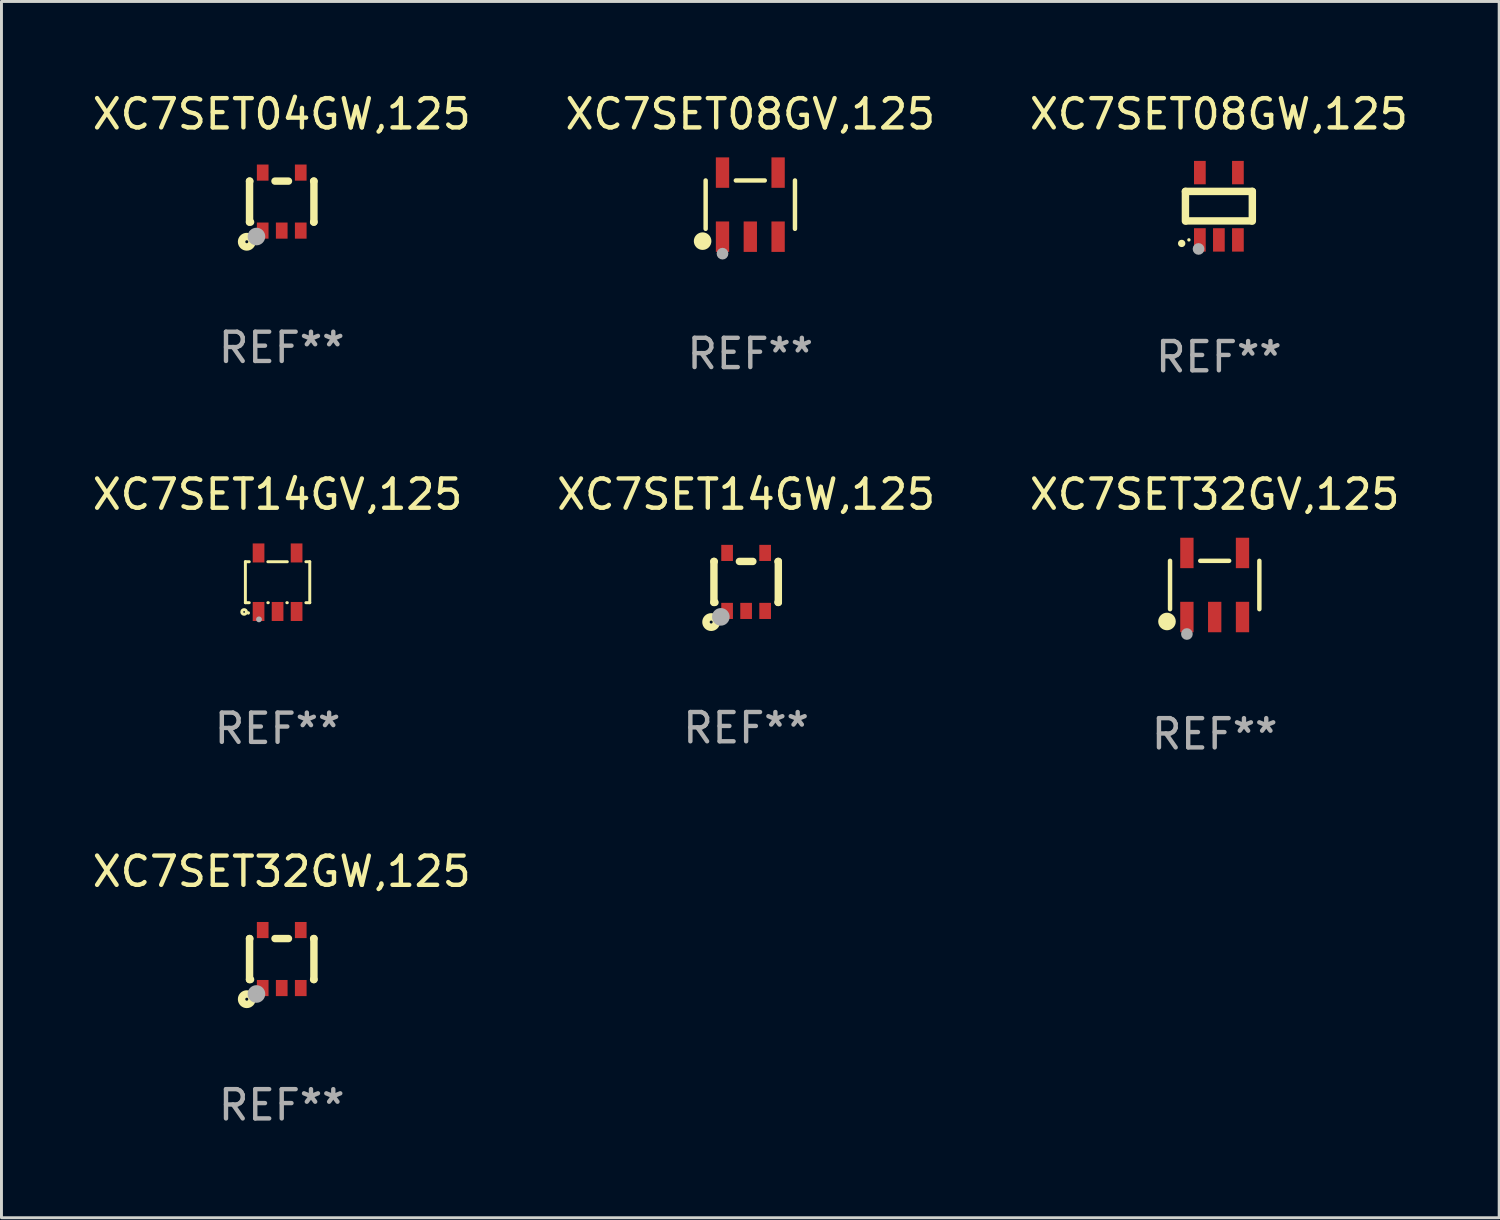
<source format=kicad_pcb>
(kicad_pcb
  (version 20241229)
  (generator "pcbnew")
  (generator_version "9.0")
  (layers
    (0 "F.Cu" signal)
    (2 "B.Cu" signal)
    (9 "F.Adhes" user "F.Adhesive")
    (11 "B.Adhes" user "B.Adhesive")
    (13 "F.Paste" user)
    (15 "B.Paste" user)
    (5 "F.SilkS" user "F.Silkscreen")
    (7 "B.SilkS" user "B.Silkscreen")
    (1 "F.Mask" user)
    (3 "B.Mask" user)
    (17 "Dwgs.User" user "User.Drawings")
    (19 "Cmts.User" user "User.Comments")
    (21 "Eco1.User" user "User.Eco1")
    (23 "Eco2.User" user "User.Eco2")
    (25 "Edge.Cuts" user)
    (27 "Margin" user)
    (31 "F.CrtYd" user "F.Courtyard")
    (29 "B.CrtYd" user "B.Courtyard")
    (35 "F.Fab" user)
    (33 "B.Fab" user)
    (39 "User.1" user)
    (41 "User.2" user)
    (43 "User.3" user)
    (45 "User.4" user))
  (footprint "XC7SET14GV,125"
    (layer "F.Cu")
    (at 6.435 16.845)
    (property "Reference" "XC7SET14GV,125" (at 0 -3 0) (layer "F.SilkS") (effects (font (size 1 1) (thickness 0.15))))
    (attr through_hole)
    (fp_line (start -1.1 -0.7) (end -1.1 0.7) (stroke (width 0.101) (type solid)) (layer "F.SilkS"))
    (fp_line (start -1.1 -0.7) (end -0.967 -0.7) (stroke (width 0.101) (type solid)) (layer "F.SilkS"))
    (fp_line (start -1.1 0.7) (end -0.967 0.7) (stroke (width 0.101) (type solid)) (layer "F.SilkS"))
    (fp_line (start -0.333 0.7) (end -0.317 0.7) (stroke (width 0.101) (type solid)) (layer "F.SilkS"))
    (fp_line (start -0.333 -0.7) (end 0.333 -0.7) (stroke (width 0.101) (type solid)) (layer "F.SilkS"))
    (fp_line (start 0.317 0.7) (end 0.333 0.7) (stroke (width 0.101) (type solid)) (layer "F.SilkS"))
    (fp_line (start 0.967 0.7) (end 1.1 0.7) (stroke (width 0.101) (type solid)) (layer "F.SilkS"))
    (fp_line (start 0.967 -0.7) (end 1.1 -0.7) (stroke (width 0.101) (type solid)) (layer "F.SilkS"))
    (fp_line (start 1.1 -0.7) (end 1.1 0.7) (stroke (width 0.101) (type solid)) (layer "F.SilkS"))
    (fp_circle (center -1.143 1.016) (end -1.063 1.016) (stroke (width 0.1) (type solid)) (fill no) (layer "F.SilkS"))
    (fp_circle (center -1 1.05) (end -0.97 1.05) (stroke (width 0.06) (type solid)) (fill no) (layer "F.SilkS"))
    (fp_circle (center -0.635 1.27) (end -0.585 1.27) (stroke (width 0.1) (type solid)) (fill no) (layer "F.Fab"))
    (fp_text user "REF**" (at 0 5 0) (layer "F.Fab") (effects (font (size 1 1) (thickness 0.15))))
    (pad "1" smd rect (at -0.65 1) (size 0.4 0.65) (layers "F.Cu" "F.Mask" "F.Paste"))
    (pad "2" smd rect (at 0 1) (size 0.4 0.65) (layers "F.Cu" "F.Mask" "F.Paste"))
    (pad "3" smd rect (at 0.65 1) (size 0.4 0.65) (layers "F.Cu" "F.Mask" "F.Paste"))
    (pad "4" smd rect (at 0.65 -1) (size 0.4 0.65) (layers "F.Cu" "F.Mask" "F.Paste"))
    (pad "5" smd rect (at -0.65 -1) (size 0.4 0.65) (layers "F.Cu" "F.Mask" "F.Paste")))
  (footprint "XC7SET08GW,125"
    (layer "F.Cu")
    (at 38.601 3.998)
    (property "Reference" "XC7SET08GW,125" (at 0 -3.15 0) (layer "F.SilkS") (effects (font (size 1 1) (thickness 0.15))))
    (attr through_hole)
    (fp_line (start -1.143 -0.508) (end -1.143 0.508) (stroke (width 0.254) (type solid)) (layer "F.SilkS"))
    (fp_line (start -1.1 0.5) (end 1.1 0.5) (stroke (width 0.254) (type solid)) (layer "F.SilkS"))
    (fp_line (start 1.143 -0.508) (end -1.143 -0.508) (stroke (width 0.254) (type solid)) (layer "F.SilkS"))
    (fp_line (start 1.143 0.508) (end 1.143 -0.508) (stroke (width 0.254) (type solid)) (layer "F.SilkS"))
    (fp_arc (start -1.272543 1.26999) (mid -1.271273 1.269983) (end -1.270003 1.26999) (stroke (width 0.24892) (type solid)) (layer "F.SilkS"))
    (fp_circle (center -1.024 1.149) (end -0.994 1.149) (stroke (width 0.06) (type solid)) (fill no) (layer "F.SilkS"))
    (fp_circle (center -0.695 1.459) (end -0.595 1.459) (stroke (width 0.2) (type solid)) (fill no) (layer "F.Fab"))
    (fp_text user "REF**" (at 0 5.15 0) (layer "F.Fab") (effects (font (size 1 1) (thickness 0.15))))
    (pad "1" smd rect (at -0.65 1.15) (size 0.4 0.8) (layers "F.Cu" "F.Mask" "F.Paste"))
    (pad "2" smd rect (at 0 1.15) (size 0.4 0.8) (layers "F.Cu" "F.Mask" "F.Paste"))
    (pad "3" smd rect (at 0.65 1.15) (size 0.4 0.8) (layers "F.Cu" "F.Mask" "F.Paste"))
    (pad "4" smd rect (at 0.65 -1.15) (size 0.4 0.8) (layers "F.Cu" "F.Mask" "F.Paste"))
    (pad "5" smd rect (at -0.65 -1.15) (size 0.4 0.8) (layers "F.Cu" "F.Mask" "F.Paste")))
  (footprint "XC7SET32GV,125"
    (layer "F.Cu")
    (at 38.458 16.94)
    (property "Reference" "XC7SET32GV,125" (at 0 -3.095 0) (layer "F.SilkS") (effects (font (size 1 1) (thickness 0.15))))
    (attr through_hole)
    (fp_line (start -1.526 0.826) (end -1.526 -0.826) (stroke (width 0.152) (type solid)) (layer "F.SilkS"))
    (fp_line (start 0.494 -0.826) (end -0.494 -0.826) (stroke (width 0.152) (type solid)) (layer "F.SilkS"))
    (fp_line (start 1.526 0.826) (end 1.526 -0.826) (stroke (width 0.152) (type solid)) (layer "F.SilkS"))
    (fp_circle (center -1.63 1.247) (end -1.48 1.247) (stroke (width 0.3) (type solid)) (fill no) (layer "F.SilkS"))
    (fp_circle (center -1.45 1.375) (end -1.42 1.375) (stroke (width 0.06) (type solid)) (fill no) (layer "F.SilkS"))
    (fp_circle (center -0.95 1.675) (end -0.85 1.675) (stroke (width 0.2) (type solid)) (fill no) (layer "F.Fab"))
    (fp_text user "REF**" (at 0 5.095 0) (layer "F.Fab") (effects (font (size 1 1) (thickness 0.15))))
    (pad "1" smd rect (at -0.95 1.095) (size 0.455 1.04) (layers "F.Cu" "F.Mask" "F.Paste"))
    (pad "2" smd rect (at 0 1.095) (size 0.455 1.04) (layers "F.Cu" "F.Mask" "F.Paste"))
    (pad "3" smd rect (at 0.95 1.095) (size 0.455 1.04) (layers "F.Cu" "F.Mask" "F.Paste"))
    (pad "4" smd rect (at 0.95 -1.095) (size 0.455 1.04) (layers "F.Cu" "F.Mask" "F.Paste"))
    (pad "5" smd rect (at -0.95 -1.095) (size 0.455 1.04) (layers "F.Cu" "F.Mask" "F.Paste")))
  (footprint "XC7SET08GV,125"
    (layer "F.Cu")
    (at 22.589 3.943)
    (property "Reference" "XC7SET08GV,125" (at 0 -3.095 0) (layer "F.SilkS") (effects (font (size 1 1) (thickness 0.15))))
    (attr through_hole)
    (fp_line (start -1.526 0.826) (end -1.526 -0.826) (stroke (width 0.152) (type solid)) (layer "F.SilkS"))
    (fp_line (start 0.494 -0.826) (end -0.494 -0.826) (stroke (width 0.152) (type solid)) (layer "F.SilkS"))
    (fp_line (start 1.526 0.826) (end 1.526 -0.826) (stroke (width 0.152) (type solid)) (layer "F.SilkS"))
    (fp_circle (center -1.63 1.247) (end -1.48 1.247) (stroke (width 0.3) (type solid)) (fill no) (layer "F.SilkS"))
    (fp_circle (center -1.45 1.375) (end -1.42 1.375) (stroke (width 0.06) (type solid)) (fill no) (layer "F.SilkS"))
    (fp_circle (center -0.95 1.675) (end -0.85 1.675) (stroke (width 0.2) (type solid)) (fill no) (layer "F.Fab"))
    (fp_text user "REF**" (at 0 5.095 0) (layer "F.Fab") (effects (font (size 1 1) (thickness 0.15))))
    (pad "1" smd rect (at -0.95 1.095) (size 0.455 1.04) (layers "F.Cu" "F.Mask" "F.Paste"))
    (pad "2" smd rect (at 0 1.095) (size 0.455 1.04) (layers "F.Cu" "F.Mask" "F.Paste"))
    (pad "3" smd rect (at 0.95 1.095) (size 0.455 1.04) (layers "F.Cu" "F.Mask" "F.Paste"))
    (pad "4" smd rect (at 0.95 -1.095) (size 0.455 1.04) (layers "F.Cu" "F.Mask" "F.Paste"))
    (pad "5" smd rect (at -0.95 -1.095) (size 0.455 1.04) (layers "F.Cu" "F.Mask" "F.Paste")))
  (footprint "XC7SET32GW,125"
    (layer "F.Cu")
    (at 6.577 29.722)
    (property "Reference" "XC7SET32GW,125" (at 0 -2.991 0) (layer "F.SilkS") (effects (font (size 1 1) (thickness 0.15))))
    (attr through_hole)
    (fp_line (start -1.1 -0.7) (end -1.1 0.7) (stroke (width 0.254) (type solid)) (layer "F.SilkS"))
    (fp_line (start -1.1 -0.7) (end -1.09 -0.7) (stroke (width 0.254) (type solid)) (layer "F.SilkS"))
    (fp_line (start -1.1 0.7) (end -1.065 0.7) (stroke (width 0.254) (type solid)) (layer "F.SilkS"))
    (fp_line (start -0.23 -0.7) (end 0.23 -0.7) (stroke (width 0.254) (type solid)) (layer "F.SilkS"))
    (fp_line (start 1.09 -0.7) (end 1.1 -0.7) (stroke (width 0.254) (type solid)) (layer "F.SilkS"))
    (fp_line (start 1.09 0.7) (end 1.1 0.7) (stroke (width 0.254) (type solid)) (layer "F.SilkS"))
    (fp_line (start 1.1 -0.7) (end 1.1 0.7) (stroke (width 0.254) (type solid)) (layer "F.SilkS"))
    (fp_circle (center -1.194 1.372) (end -1.143 1.372) (stroke (width 0.254) (type solid)) (fill no) (layer "F.SilkS"))
    (fp_circle (center -1.05 1.063) (end -1.02 1.063) (stroke (width 0.06) (type solid)) (fill no) (layer "F.SilkS"))
    (fp_circle (center -0.864 1.194) (end -0.713 1.194) (stroke (width 0.3) (type solid)) (fill no) (layer "F.Fab"))
    (fp_text user "REF**" (at 0 4.991 0) (layer "F.Fab") (effects (font (size 1 1) (thickness 0.15))))
    (pad "1" smd rect (at -0.65 0.991 180) (size 0.399 0.551) (layers "F.Cu" "F.Mask" "F.Paste"))
    (pad "2" smd rect (at 0 0.991 180) (size 0.399 0.551) (layers "F.Cu" "F.Mask" "F.Paste"))
    (pad "3" smd rect (at 0.65 0.991 180) (size 0.399 0.551) (layers "F.Cu" "F.Mask" "F.Paste"))
    (pad "4" smd rect (at 0.65 -0.991 180) (size 0.399 0.551) (layers "F.Cu" "F.Mask" "F.Paste"))
    (pad "5" smd rect (at -0.65 -0.991 180) (size 0.399 0.551) (layers "F.Cu" "F.Mask" "F.Paste")))
  (footprint "XC7SET14GW,125"
    (layer "F.Cu")
    (at 22.446 16.835)
    (property "Reference" "XC7SET14GW,125" (at 0 -2.991 0) (layer "F.SilkS") (effects (font (size 1 1) (thickness 0.15))))
    (attr through_hole)
    (fp_line (start -1.1 -0.7) (end -1.1 0.7) (stroke (width 0.254) (type solid)) (layer "F.SilkS"))
    (fp_line (start -1.1 -0.7) (end -1.09 -0.7) (stroke (width 0.254) (type solid)) (layer "F.SilkS"))
    (fp_line (start -1.1 0.7) (end -1.065 0.7) (stroke (width 0.254) (type solid)) (layer "F.SilkS"))
    (fp_line (start -0.23 -0.7) (end 0.23 -0.7) (stroke (width 0.254) (type solid)) (layer "F.SilkS"))
    (fp_line (start 1.09 -0.7) (end 1.1 -0.7) (stroke (width 0.254) (type solid)) (layer "F.SilkS"))
    (fp_line (start 1.09 0.7) (end 1.1 0.7) (stroke (width 0.254) (type solid)) (layer "F.SilkS"))
    (fp_line (start 1.1 -0.7) (end 1.1 0.7) (stroke (width 0.254) (type solid)) (layer "F.SilkS"))
    (fp_circle (center -1.194 1.372) (end -1.143 1.372) (stroke (width 0.254) (type solid)) (fill no) (layer "F.SilkS"))
    (fp_circle (center -1.05 1.063) (end -1.02 1.063) (stroke (width 0.06) (type solid)) (fill no) (layer "F.SilkS"))
    (fp_circle (center -0.864 1.194) (end -0.713 1.194) (stroke (width 0.3) (type solid)) (fill no) (layer "F.Fab"))
    (fp_text user "REF**" (at 0 4.991 0) (layer "F.Fab") (effects (font (size 1 1) (thickness 0.15))))
    (pad "1" smd rect (at -0.65 0.991 180) (size 0.399 0.551) (layers "F.Cu" "F.Mask" "F.Paste"))
    (pad "2" smd rect (at 0 0.991 180) (size 0.399 0.551) (layers "F.Cu" "F.Mask" "F.Paste"))
    (pad "3" smd rect (at 0.65 0.991 180) (size 0.399 0.551) (layers "F.Cu" "F.Mask" "F.Paste"))
    (pad "4" smd rect (at 0.65 -0.991 180) (size 0.399 0.551) (layers "F.Cu" "F.Mask" "F.Paste"))
    (pad "5" smd rect (at -0.65 -0.991 180) (size 0.399 0.551) (layers "F.Cu" "F.Mask" "F.Paste")))
  (footprint "XC7SET04GW,125"
    (layer "F.Cu")
    (at 6.577 3.839)
    (property "Reference" "XC7SET04GW,125" (at 0 -2.991 0) (layer "F.SilkS") (effects (font (size 1 1) (thickness 0.15))))
    (attr through_hole)
    (fp_line (start -1.1 -0.7) (end -1.1 0.7) (stroke (width 0.254) (type solid)) (layer "F.SilkS"))
    (fp_line (start -1.1 -0.7) (end -1.09 -0.7) (stroke (width 0.254) (type solid)) (layer "F.SilkS"))
    (fp_line (start -1.1 0.7) (end -1.065 0.7) (stroke (width 0.254) (type solid)) (layer "F.SilkS"))
    (fp_line (start -0.23 -0.7) (end 0.23 -0.7) (stroke (width 0.254) (type solid)) (layer "F.SilkS"))
    (fp_line (start 1.09 -0.7) (end 1.1 -0.7) (stroke (width 0.254) (type solid)) (layer "F.SilkS"))
    (fp_line (start 1.09 0.7) (end 1.1 0.7) (stroke (width 0.254) (type solid)) (layer "F.SilkS"))
    (fp_line (start 1.1 -0.7) (end 1.1 0.7) (stroke (width 0.254) (type solid)) (layer "F.SilkS"))
    (fp_circle (center -1.194 1.372) (end -1.143 1.372) (stroke (width 0.254) (type solid)) (fill no) (layer "F.SilkS"))
    (fp_circle (center -1.05 1.063) (end -1.02 1.063) (stroke (width 0.06) (type solid)) (fill no) (layer "F.SilkS"))
    (fp_circle (center -0.864 1.194) (end -0.713 1.194) (stroke (width 0.3) (type solid)) (fill no) (layer "F.Fab"))
    (fp_text user "REF**" (at 0 4.991 0) (layer "F.Fab") (effects (font (size 1 1) (thickness 0.15))))
    (pad "1" smd rect (at -0.65 0.991 180) (size 0.399 0.551) (layers "F.Cu" "F.Mask" "F.Paste"))
    (pad "2" smd rect (at 0 0.991 180) (size 0.399 0.551) (layers "F.Cu" "F.Mask" "F.Paste"))
    (pad "3" smd rect (at 0.65 0.991 180) (size 0.399 0.551) (layers "F.Cu" "F.Mask" "F.Paste"))
    (pad "4" smd rect (at 0.65 -0.991 180) (size 0.399 0.551) (layers "F.Cu" "F.Mask" "F.Paste"))
    (pad "5" smd rect (at -0.65 -0.991 180) (size 0.399 0.551) (layers "F.Cu" "F.Mask" "F.Paste")))
  (gr_rect
    (start -3 -3)
    (end 48.179 38.561)
    (stroke (width 0.1) (type default))
    (fill no)
    (layer "Edge.Cuts")))
</source>
